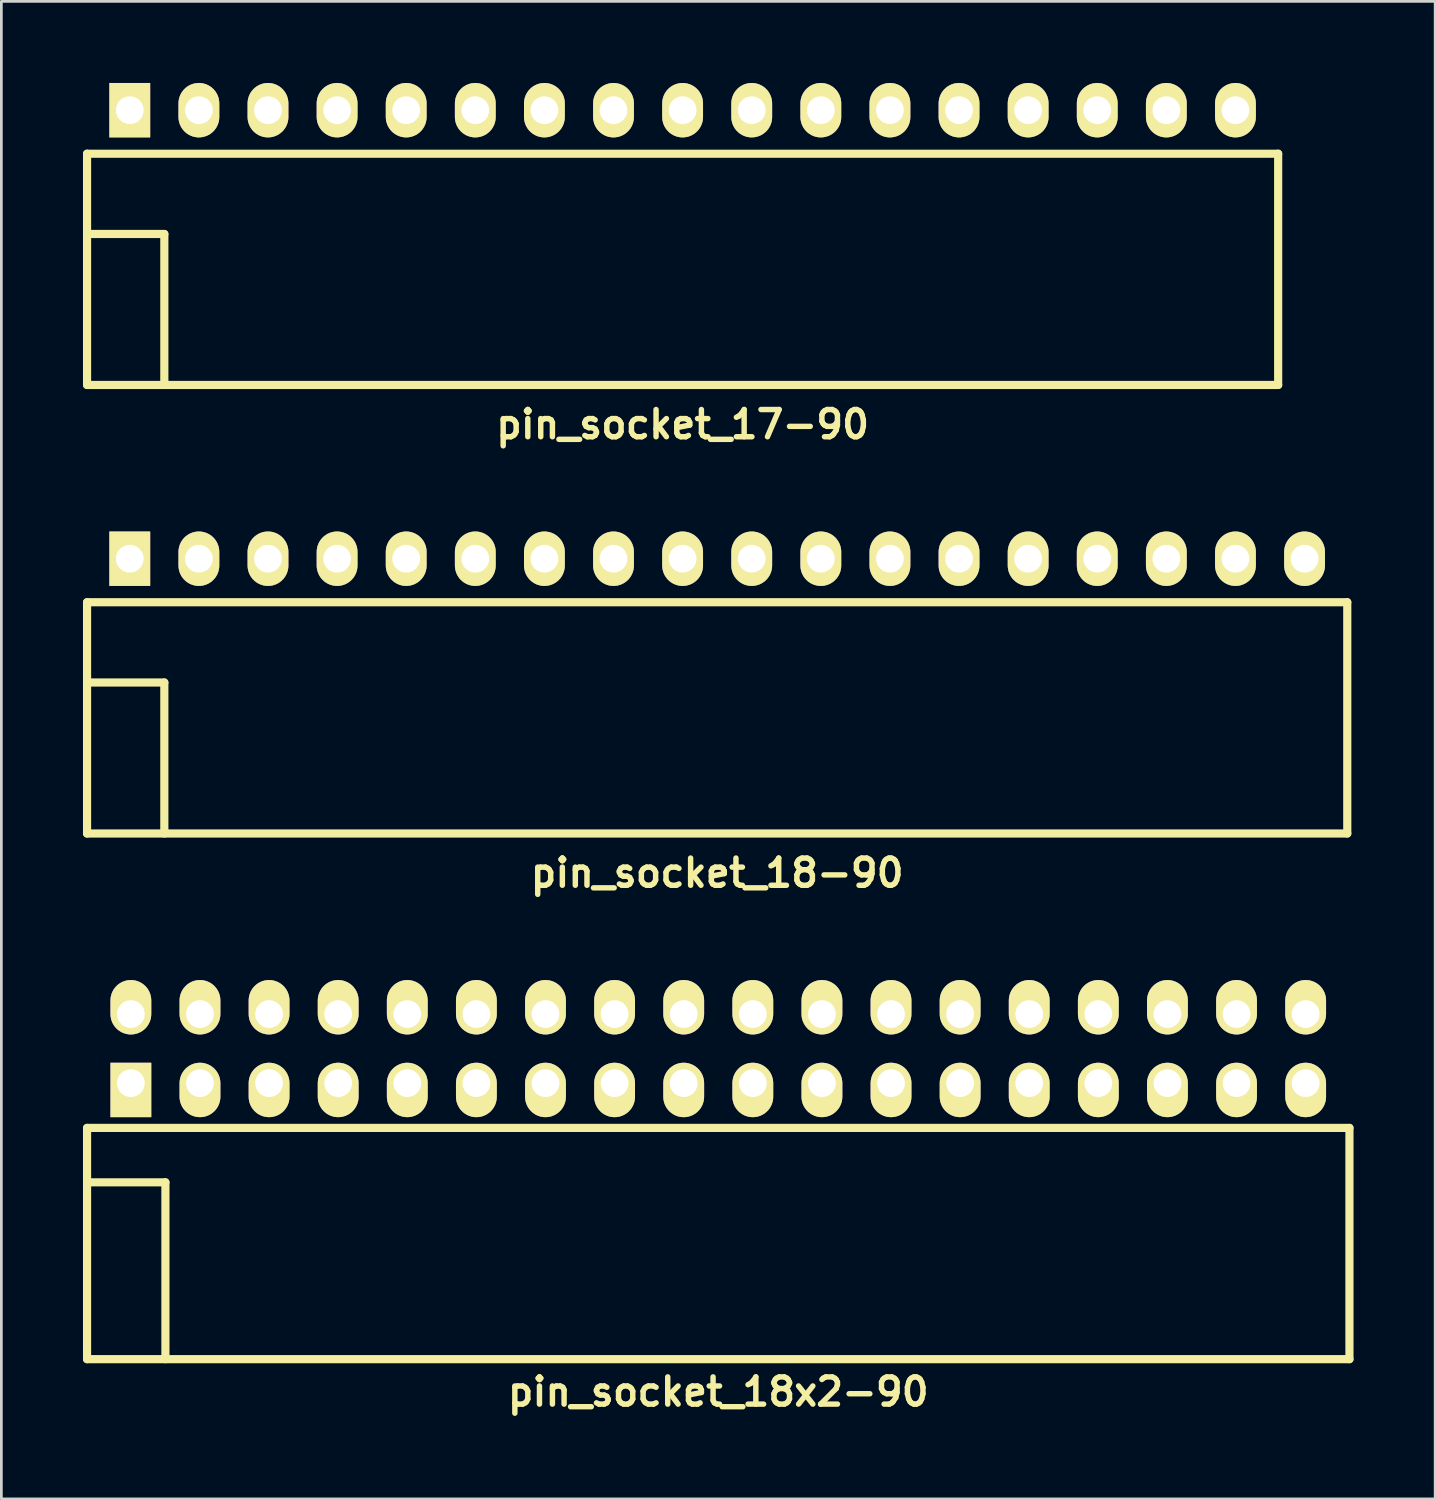
<source format=kicad_pcb>
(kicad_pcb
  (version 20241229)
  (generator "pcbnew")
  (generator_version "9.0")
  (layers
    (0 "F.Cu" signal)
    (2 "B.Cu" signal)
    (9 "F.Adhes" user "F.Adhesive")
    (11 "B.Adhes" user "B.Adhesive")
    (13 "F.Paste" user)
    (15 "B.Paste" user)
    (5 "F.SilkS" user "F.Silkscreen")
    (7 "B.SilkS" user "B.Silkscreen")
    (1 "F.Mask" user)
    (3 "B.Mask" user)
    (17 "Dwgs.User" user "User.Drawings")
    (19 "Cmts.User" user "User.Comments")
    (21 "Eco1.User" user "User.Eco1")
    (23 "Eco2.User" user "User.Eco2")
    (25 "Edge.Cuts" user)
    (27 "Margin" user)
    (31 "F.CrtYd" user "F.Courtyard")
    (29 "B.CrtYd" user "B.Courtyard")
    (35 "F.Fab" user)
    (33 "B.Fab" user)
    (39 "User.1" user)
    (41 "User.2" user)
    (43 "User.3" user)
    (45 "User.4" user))
  (footprint "pin_socket_18x2-90"
    (layer "F.Cu")
    (at 23.35 40.407)
    (property "Reference" "pin_socket_18x2-90" (at 0 7.7 0) (layer "F.SilkS") (effects (font (size 1 1) (thickness 0.2))))
    (attr through_hole)
    (fp_line (start -23.2 -2) (end -23.2 6.5) (stroke (width 0.3) (type solid)) (layer "F.SilkS"))
    (fp_line (start -23.2 -2) (end 23.2 -2) (stroke (width 0.3) (type solid)) (layer "F.SilkS"))
    (fp_line (start -23.2 0) (end -20.32 0) (stroke (width 0.3) (type solid)) (layer "F.SilkS"))
    (fp_line (start -23.2 6.5) (end 23.2 6.5) (stroke (width 0.3) (type solid)) (layer "F.SilkS"))
    (fp_line (start -20.32 0) (end -20.32 6.5) (stroke (width 0.3) (type solid)) (layer "F.SilkS"))
    (fp_line (start 23.2 -2) (end 23.2 6.5) (stroke (width 0.3) (type solid)) (layer "F.SilkS"))
    (pad "1" thru_hole rect (at -21.59 -3.645) (size 1.5 2) (drill 1.02 (offset 0 0.25)) (layers "*.Cu" "*.Mask" "F.SilkS"))
    (pad "2" thru_hole oval (at -21.59 -6.185) (size 1.5 2) (drill 1.02 (offset 0 -0.25)) (layers "*.Cu" "*.Mask" "F.SilkS"))
    (pad "3" thru_hole oval (at -19.05 -3.645) (size 1.5 2) (drill 1.02 (offset 0 0.25)) (layers "*.Cu" "*.Mask" "F.SilkS"))
    (pad "4" thru_hole oval (at -19.05 -6.185) (size 1.5 2) (drill 1.02 (offset 0 -0.25)) (layers "*.Cu" "*.Mask" "F.SilkS"))
    (pad "5" thru_hole oval (at -16.51 -3.645) (size 1.5 2) (drill 1.02 (offset 0 0.25)) (layers "*.Cu" "*.Mask" "F.SilkS"))
    (pad "6" thru_hole oval (at -16.51 -6.185) (size 1.5 2) (drill 1.02 (offset 0 -0.25)) (layers "*.Cu" "*.Mask" "F.SilkS"))
    (pad "7" thru_hole oval (at -13.97 -3.645) (size 1.5 2) (drill 1.02 (offset 0 0.25)) (layers "*.Cu" "*.Mask" "F.SilkS"))
    (pad "8" thru_hole oval (at -13.97 -6.185) (size 1.5 2) (drill 1.02 (offset 0 -0.25)) (layers "*.Cu" "*.Mask" "F.SilkS"))
    (pad "9" thru_hole oval (at -11.43 -3.645) (size 1.5 2) (drill 1.02 (offset 0 0.25)) (layers "*.Cu" "*.Mask" "F.SilkS"))
    (pad "10" thru_hole oval (at -11.43 -6.185) (size 1.5 2) (drill 1.02 (offset 0 -0.25)) (layers "*.Cu" "*.Mask" "F.SilkS"))
    (pad "11" thru_hole oval (at -8.89 -3.645) (size 1.5 2) (drill 1.02 (offset 0 0.25)) (layers "*.Cu" "*.Mask" "F.SilkS"))
    (pad "12" thru_hole oval (at -8.89 -6.185) (size 1.5 2) (drill 1.02 (offset 0 -0.25)) (layers "*.Cu" "*.Mask" "F.SilkS"))
    (pad "13" thru_hole oval (at -6.35 -3.645) (size 1.5 2) (drill 1.02 (offset 0 0.25)) (layers "*.Cu" "*.Mask" "F.SilkS"))
    (pad "14" thru_hole oval (at -6.35 -6.185) (size 1.5 2) (drill 1.02 (offset 0 -0.25)) (layers "*.Cu" "*.Mask" "F.SilkS"))
    (pad "15" thru_hole oval (at -3.81 -3.645) (size 1.5 2) (drill 1.02 (offset 0 0.25)) (layers "*.Cu" "*.Mask" "F.SilkS"))
    (pad "16" thru_hole oval (at -3.81 -6.185) (size 1.5 2) (drill 1.02 (offset 0 -0.25)) (layers "*.Cu" "*.Mask" "F.SilkS"))
    (pad "17" thru_hole oval (at -1.27 -3.645) (size 1.5 2) (drill 1.02 (offset 0 0.25)) (layers "*.Cu" "*.Mask" "F.SilkS"))
    (pad "18" thru_hole oval (at -1.27 -6.185) (size 1.5 2) (drill 1.02 (offset 0 -0.25)) (layers "*.Cu" "*.Mask" "F.SilkS"))
    (pad "19" thru_hole oval (at 1.27 -3.645) (size 1.5 2) (drill 1.02 (offset 0 0.25)) (layers "*.Cu" "*.Mask" "F.SilkS"))
    (pad "20" thru_hole oval (at 1.27 -6.185) (size 1.5 2) (drill 1.02 (offset 0 -0.25)) (layers "*.Cu" "*.Mask" "F.SilkS"))
    (pad "21" thru_hole oval (at 3.81 -3.645) (size 1.5 2) (drill 1.02 (offset 0 0.25)) (layers "*.Cu" "*.Mask" "F.SilkS"))
    (pad "22" thru_hole oval (at 3.81 -6.185) (size 1.5 2) (drill 1.02 (offset 0 -0.25)) (layers "*.Cu" "*.Mask" "F.SilkS"))
    (pad "23" thru_hole oval (at 6.35 -3.645) (size 1.5 2) (drill 1.02 (offset 0 0.25)) (layers "*.Cu" "*.Mask" "F.SilkS"))
    (pad "24" thru_hole oval (at 6.35 -6.185) (size 1.5 2) (drill 1.02 (offset 0 -0.25)) (layers "*.Cu" "*.Mask" "F.SilkS"))
    (pad "25" thru_hole oval (at 8.89 -3.645) (size 1.5 2) (drill 1.02 (offset 0 0.25)) (layers "*.Cu" "*.Mask" "F.SilkS"))
    (pad "26" thru_hole oval (at 8.89 -6.185) (size 1.5 2) (drill 1.02 (offset 0 -0.25)) (layers "*.Cu" "*.Mask" "F.SilkS"))
    (pad "27" thru_hole oval (at 11.43 -3.645) (size 1.5 2) (drill 1.02 (offset 0 0.25)) (layers "*.Cu" "*.Mask" "F.SilkS"))
    (pad "28" thru_hole oval (at 11.43 -6.185) (size 1.5 2) (drill 1.02 (offset 0 -0.25)) (layers "*.Cu" "*.Mask" "F.SilkS"))
    (pad "29" thru_hole oval (at 13.97 -3.645) (size 1.5 2) (drill 1.02 (offset 0 0.25)) (layers "*.Cu" "*.Mask" "F.SilkS"))
    (pad "30" thru_hole oval (at 13.97 -6.185) (size 1.5 2) (drill 1.02 (offset 0 -0.25)) (layers "*.Cu" "*.Mask" "F.SilkS"))
    (pad "31" thru_hole oval (at 16.51 -3.645) (size 1.5 2) (drill 1.02 (offset 0 0.25)) (layers "*.Cu" "*.Mask" "F.SilkS"))
    (pad "32" thru_hole oval (at 16.51 -6.185) (size 1.5 2) (drill 1.02 (offset 0 -0.25)) (layers "*.Cu" "*.Mask" "F.SilkS"))
    (pad "33" thru_hole oval (at 19.05 -3.645) (size 1.5 2) (drill 1.02 (offset 0 0.25)) (layers "*.Cu" "*.Mask" "F.SilkS"))
    (pad "34" thru_hole oval (at 19.05 -6.185) (size 1.5 2) (drill 1.02 (offset 0 -0.25)) (layers "*.Cu" "*.Mask" "F.SilkS"))
    (pad "35" thru_hole oval (at 21.59 -3.645) (size 1.5 2) (drill 1.02 (offset 0 0.25)) (layers "*.Cu" "*.Mask" "F.SilkS"))
    (pad "36" thru_hole oval (at 21.59 -6.185) (size 1.5 2) (drill 1.02 (offset 0 -0.25)) (layers "*.Cu" "*.Mask" "F.SilkS")))
  (footprint "pin_socket_17-90"
    (layer "F.Cu")
    (at 22.04 5.55)
    (property "Reference" "pin_socket_17-90" (at 0 7 0) (layer "F.SilkS") (effects (font (size 1 1) (thickness 0.2))))
    (attr through_hole)
    (fp_line (start -21.89 -2.95) (end -21.89 5.55) (stroke (width 0.3) (type solid)) (layer "F.SilkS"))
    (fp_line (start -21.89 -2.95) (end 21.89 -2.95) (stroke (width 0.3) (type solid)) (layer "F.SilkS"))
    (fp_line (start -21.89 0) (end -19.05 0) (stroke (width 0.3) (type solid)) (layer "F.SilkS"))
    (fp_line (start -21.89 5.55) (end 21.89 5.55) (stroke (width 0.3) (type solid)) (layer "F.SilkS"))
    (fp_line (start -19.05 0) (end -19.05 5.55) (stroke (width 0.3) (type solid)) (layer "F.SilkS"))
    (fp_line (start 21.89 -2.95) (end 21.89 5.55) (stroke (width 0.3) (type solid)) (layer "F.SilkS"))
    (pad "1" thru_hole rect (at -20.32 -4.55) (size 1.5 2) (drill 1.02) (layers "*.Cu" "*.Mask" "F.SilkS"))
    (pad "2" thru_hole oval (at -17.78 -4.55) (size 1.5 2) (drill 1.02) (layers "*.Cu" "*.Mask" "F.SilkS"))
    (pad "3" thru_hole oval (at -15.24 -4.55) (size 1.5 2) (drill 1.02) (layers "*.Cu" "*.Mask" "F.SilkS"))
    (pad "4" thru_hole oval (at -12.7 -4.55) (size 1.5 2) (drill 1.02) (layers "*.Cu" "*.Mask" "F.SilkS"))
    (pad "5" thru_hole oval (at -10.16 -4.55) (size 1.5 2) (drill 1.02) (layers "*.Cu" "*.Mask" "F.SilkS"))
    (pad "6" thru_hole oval (at -7.62 -4.55) (size 1.5 2) (drill 1.02) (layers "*.Cu" "*.Mask" "F.SilkS"))
    (pad "7" thru_hole oval (at -5.08 -4.55) (size 1.5 2) (drill 1.02) (layers "*.Cu" "*.Mask" "F.SilkS"))
    (pad "8" thru_hole oval (at -2.54 -4.55) (size 1.5 2) (drill 1.02) (layers "*.Cu" "*.Mask" "F.SilkS"))
    (pad "9" thru_hole oval (at 0 -4.55) (size 1.5 2) (drill 1.02) (layers "*.Cu" "*.Mask" "F.SilkS"))
    (pad "10" thru_hole oval (at 2.54 -4.55) (size 1.5 2) (drill 1.02) (layers "*.Cu" "*.Mask" "F.SilkS"))
    (pad "12" thru_hole oval (at 7.62 -4.55) (size 1.5 2) (drill 1.02) (layers "*.Cu" "*.Mask" "F.SilkS"))
    (pad "13" thru_hole oval (at 10.16 -4.55) (size 1.5 2) (drill 1.02) (layers "*.Cu" "*.Mask" "F.SilkS"))
    (pad "14" thru_hole oval (at 12.7 -4.55) (size 1.5 2) (drill 1.02) (layers "*.Cu" "*.Mask" "F.SilkS"))
    (pad "15" thru_hole oval (at 15.24 -4.55) (size 1.5 2) (drill 1.02) (layers "*.Cu" "*.Mask" "F.SilkS"))
    (pad "16" thru_hole oval (at 17.78 -4.55) (size 1.5 2) (drill 1.02) (layers "*.Cu" "*.Mask" "F.SilkS"))
    (pad "17" thru_hole oval (at 20.32 -4.55) (size 1.5 2) (drill 1.02) (layers "*.Cu" "*.Mask" "F.SilkS"))
    (pad "1121" thru_hole oval (at 5.08 -4.55) (size 1.5 2) (drill 1.02) (layers "*.Cu" "*.Mask" "F.SilkS")))
  (footprint "pin_socket_18-90"
    (layer "F.Cu")
    (at 23.31 22.036)
    (property "Reference" "pin_socket_18-90" (at 0 7 0) (layer "F.SilkS") (effects (font (size 1 1) (thickness 0.2))))
    (attr through_hole)
    (fp_line (start -23.16 -2.95) (end -23.16 5.55) (stroke (width 0.3) (type solid)) (layer "F.SilkS"))
    (fp_line (start -23.16 -2.95) (end 23.16 -2.95) (stroke (width 0.3) (type solid)) (layer "F.SilkS"))
    (fp_line (start -23.16 0) (end -20.32 0) (stroke (width 0.3) (type solid)) (layer "F.SilkS"))
    (fp_line (start -23.16 5.55) (end 23.16 5.55) (stroke (width 0.3) (type solid)) (layer "F.SilkS"))
    (fp_line (start -20.32 0) (end -20.32 5.55) (stroke (width 0.3) (type solid)) (layer "F.SilkS"))
    (fp_line (start 23.16 -2.95) (end 23.16 5.55) (stroke (width 0.3) (type solid)) (layer "F.SilkS"))
    (pad "1" thru_hole rect (at -21.59 -4.55) (size 1.5 2) (drill 1.02) (layers "*.Cu" "*.Mask" "F.SilkS"))
    (pad "2" thru_hole oval (at -19.05 -4.55) (size 1.5 2) (drill 1.02) (layers "*.Cu" "*.Mask" "F.SilkS"))
    (pad "3" thru_hole oval (at -16.51 -4.55) (size 1.5 2) (drill 1.02) (layers "*.Cu" "*.Mask" "F.SilkS"))
    (pad "4" thru_hole oval (at -13.97 -4.55) (size 1.5 2) (drill 1.02) (layers "*.Cu" "*.Mask" "F.SilkS"))
    (pad "5" thru_hole oval (at -11.43 -4.55) (size 1.5 2) (drill 1.02) (layers "*.Cu" "*.Mask" "F.SilkS"))
    (pad "6" thru_hole oval (at -8.89 -4.55) (size 1.5 2) (drill 1.02) (layers "*.Cu" "*.Mask" "F.SilkS"))
    (pad "7" thru_hole oval (at -6.35 -4.55) (size 1.5 2) (drill 1.02) (layers "*.Cu" "*.Mask" "F.SilkS"))
    (pad "8" thru_hole oval (at -3.81 -4.55) (size 1.5 2) (drill 1.02) (layers "*.Cu" "*.Mask" "F.SilkS"))
    (pad "9" thru_hole oval (at -1.27 -4.55) (size 1.5 2) (drill 1.02) (layers "*.Cu" "*.Mask" "F.SilkS"))
    (pad "10" thru_hole oval (at 1.27 -4.55) (size 1.5 2) (drill 1.02) (layers "*.Cu" "*.Mask" "F.SilkS"))
    (pad "12" thru_hole oval (at 6.35 -4.55) (size 1.5 2) (drill 1.02) (layers "*.Cu" "*.Mask" "F.SilkS"))
    (pad "13" thru_hole oval (at 8.89 -4.55) (size 1.5 2) (drill 1.02) (layers "*.Cu" "*.Mask" "F.SilkS"))
    (pad "14" thru_hole oval (at 11.43 -4.55) (size 1.5 2) (drill 1.02) (layers "*.Cu" "*.Mask" "F.SilkS"))
    (pad "15" thru_hole oval (at 13.97 -4.55) (size 1.5 2) (drill 1.02) (layers "*.Cu" "*.Mask" "F.SilkS"))
    (pad "16" thru_hole oval (at 16.51 -4.55) (size 1.5 2) (drill 1.02) (layers "*.Cu" "*.Mask" "F.SilkS"))
    (pad "17" thru_hole oval (at 19.05 -4.55) (size 1.5 2) (drill 1.02) (layers "*.Cu" "*.Mask" "F.SilkS"))
    (pad "18" thru_hole oval (at 21.59 -4.55) (size 1.5 2) (drill 1.02) (layers "*.Cu" "*.Mask" "F.SilkS"))
    (pad "1121" thru_hole oval (at 3.81 -4.55) (size 1.5 2) (drill 1.02) (layers "*.Cu" "*.Mask" "F.SilkS")))
  (gr_rect
    (start -3 -3)
    (end 49.7 52.043)
    (stroke (width 0.1) (type default))
    (fill no)
    (layer "Edge.Cuts")))
</source>
